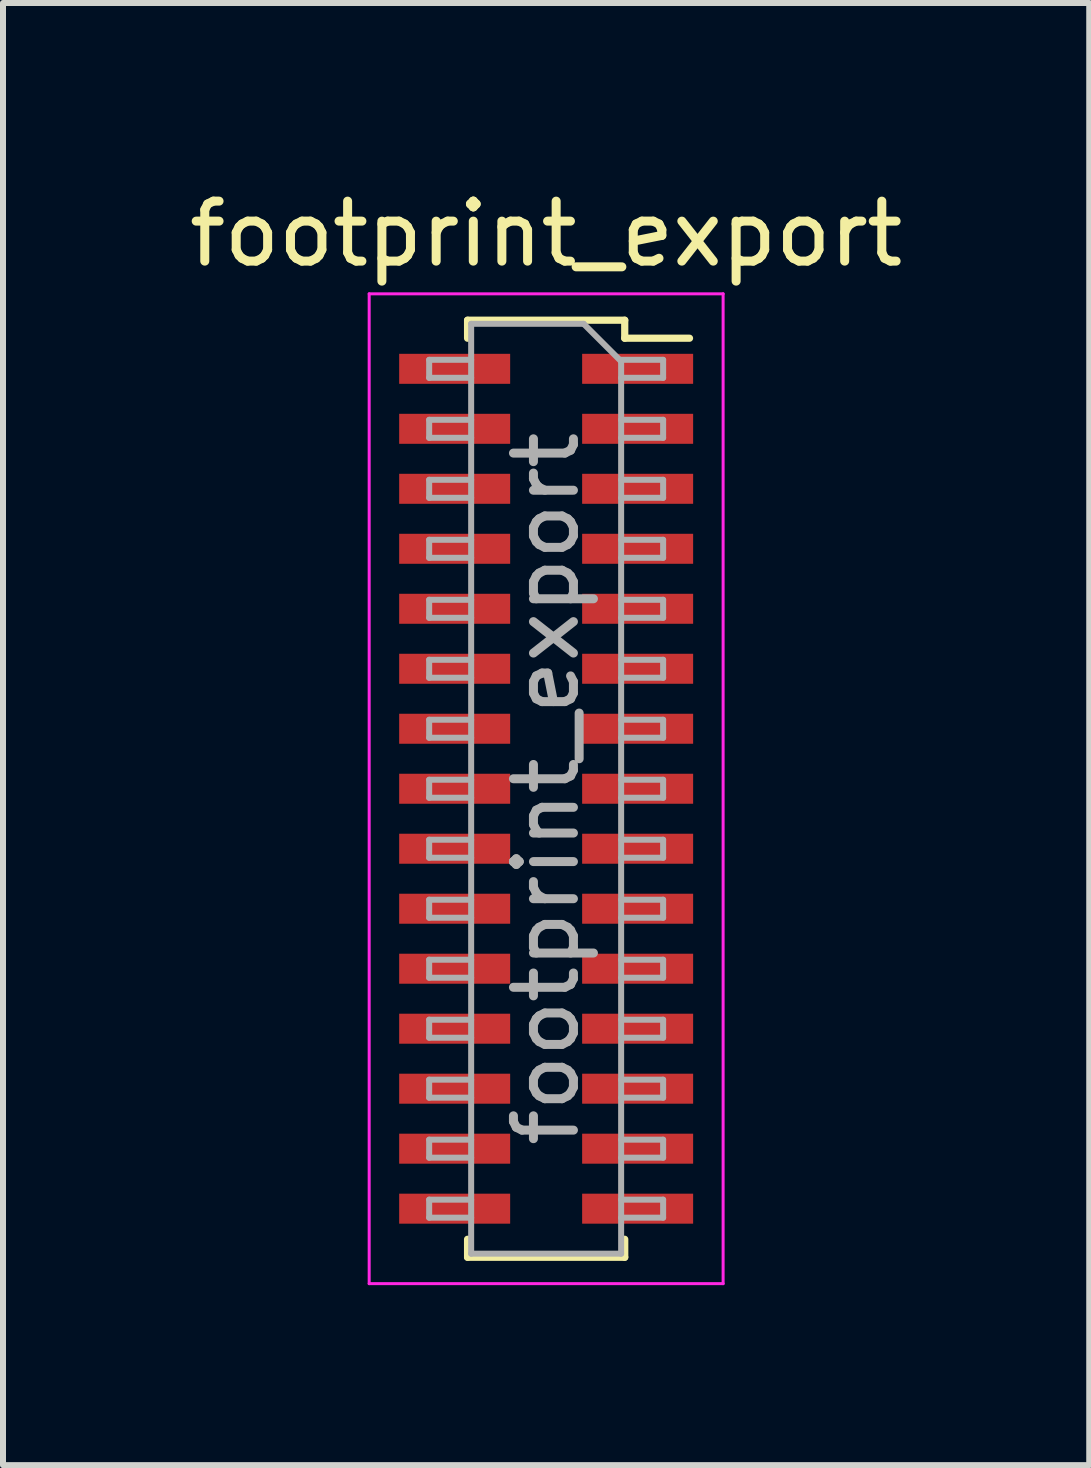
<source format=kicad_pcb>
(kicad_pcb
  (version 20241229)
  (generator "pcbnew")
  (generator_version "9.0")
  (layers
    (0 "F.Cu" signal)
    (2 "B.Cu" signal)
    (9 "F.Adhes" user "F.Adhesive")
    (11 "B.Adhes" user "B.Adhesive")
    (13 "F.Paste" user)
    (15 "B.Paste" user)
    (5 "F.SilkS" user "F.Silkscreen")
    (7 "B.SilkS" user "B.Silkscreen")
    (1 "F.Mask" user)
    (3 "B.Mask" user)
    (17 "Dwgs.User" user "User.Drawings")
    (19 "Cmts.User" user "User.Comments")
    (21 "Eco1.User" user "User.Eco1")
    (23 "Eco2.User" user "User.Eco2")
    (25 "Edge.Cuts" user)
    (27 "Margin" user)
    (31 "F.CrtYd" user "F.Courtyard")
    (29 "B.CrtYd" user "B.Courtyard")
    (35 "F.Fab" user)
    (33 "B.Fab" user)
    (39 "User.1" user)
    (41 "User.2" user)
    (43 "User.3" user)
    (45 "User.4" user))
  (footprint "footprint_export"
    (layer "F.Cu")
    (at 6.054 10.098)
    (property "Reference" "footprint_export" (at 0 -9.25 0) (layer "F.SilkS") (effects (font (size 1 1) (thickness 0.15))))
    (attr smd)
    (fp_line (start -1.31 -7.81) (end -1.31 -7.51) (stroke (width 0.12) (type solid)) (layer "F.SilkS"))
    (fp_line (start -1.31 -7.81) (end 1.31 -7.81) (stroke (width 0.12) (type solid)) (layer "F.SilkS"))
    (fp_line (start -1.31 7.51) (end -1.31 7.81) (stroke (width 0.12) (type solid)) (layer "F.SilkS"))
    (fp_line (start -1.31 7.81) (end 1.31 7.81) (stroke (width 0.12) (type solid)) (layer "F.SilkS"))
    (fp_line (start 1.31 -7.81) (end 1.31 -7.51) (stroke (width 0.12) (type solid)) (layer "F.SilkS"))
    (fp_line (start 1.31 -7.51) (end 2.39 -7.51) (stroke (width 0.12) (type solid)) (layer "F.SilkS"))
    (fp_line (start 1.31 7.51) (end 1.31 7.81) (stroke (width 0.12) (type solid)) (layer "F.SilkS"))
    (fp_line (start -2.95 -8.25) (end 2.95 -8.25) (stroke (width 0.05) (type solid)) (layer "F.CrtYd"))
    (fp_line (start -2.95 8.25) (end -2.95 -8.25) (stroke (width 0.05) (type solid)) (layer "F.CrtYd"))
    (fp_line (start 2.95 -8.25) (end 2.95 8.25) (stroke (width 0.05) (type solid)) (layer "F.CrtYd"))
    (fp_line (start 2.95 8.25) (end -2.95 8.25) (stroke (width 0.05) (type solid)) (layer "F.CrtYd"))
    (fp_line (start -1.95 -7.15) (end -1.25 -7.15) (stroke (width 0.1) (type solid)) (layer "F.Fab"))
    (fp_line (start -1.95 -6.85) (end -1.95 -7.15) (stroke (width 0.1) (type solid)) (layer "F.Fab"))
    (fp_line (start -1.95 -6.15) (end -1.25 -6.15) (stroke (width 0.1) (type solid)) (layer "F.Fab"))
    (fp_line (start -1.95 -5.85) (end -1.95 -6.15) (stroke (width 0.1) (type solid)) (layer "F.Fab"))
    (fp_line (start -1.95 -5.15) (end -1.25 -5.15) (stroke (width 0.1) (type solid)) (layer "F.Fab"))
    (fp_line (start -1.95 -4.85) (end -1.95 -5.15) (stroke (width 0.1) (type solid)) (layer "F.Fab"))
    (fp_line (start -1.95 -4.15) (end -1.25 -4.15) (stroke (width 0.1) (type solid)) (layer "F.Fab"))
    (fp_line (start -1.95 -3.85) (end -1.95 -4.15) (stroke (width 0.1) (type solid)) (layer "F.Fab"))
    (fp_line (start -1.95 -3.15) (end -1.25 -3.15) (stroke (width 0.1) (type solid)) (layer "F.Fab"))
    (fp_line (start -1.95 -2.85) (end -1.95 -3.15) (stroke (width 0.1) (type solid)) (layer "F.Fab"))
    (fp_line (start -1.95 -2.15) (end -1.25 -2.15) (stroke (width 0.1) (type solid)) (layer "F.Fab"))
    (fp_line (start -1.95 -1.85) (end -1.95 -2.15) (stroke (width 0.1) (type solid)) (layer "F.Fab"))
    (fp_line (start -1.95 -1.15) (end -1.25 -1.15) (stroke (width 0.1) (type solid)) (layer "F.Fab"))
    (fp_line (start -1.95 -0.85) (end -1.95 -1.15) (stroke (width 0.1) (type solid)) (layer "F.Fab"))
    (fp_line (start -1.95 -0.15) (end -1.25 -0.15) (stroke (width 0.1) (type solid)) (layer "F.Fab"))
    (fp_line (start -1.95 0.15) (end -1.95 -0.15) (stroke (width 0.1) (type solid)) (layer "F.Fab"))
    (fp_line (start -1.95 0.85) (end -1.25 0.85) (stroke (width 0.1) (type solid)) (layer "F.Fab"))
    (fp_line (start -1.95 1.15) (end -1.95 0.85) (stroke (width 0.1) (type solid)) (layer "F.Fab"))
    (fp_line (start -1.95 1.85) (end -1.25 1.85) (stroke (width 0.1) (type solid)) (layer "F.Fab"))
    (fp_line (start -1.95 2.15) (end -1.95 1.85) (stroke (width 0.1) (type solid)) (layer "F.Fab"))
    (fp_line (start -1.95 2.85) (end -1.25 2.85) (stroke (width 0.1) (type solid)) (layer "F.Fab"))
    (fp_line (start -1.95 3.15) (end -1.95 2.85) (stroke (width 0.1) (type solid)) (layer "F.Fab"))
    (fp_line (start -1.95 3.85) (end -1.25 3.85) (stroke (width 0.1) (type solid)) (layer "F.Fab"))
    (fp_line (start -1.95 4.15) (end -1.95 3.85) (stroke (width 0.1) (type solid)) (layer "F.Fab"))
    (fp_line (start -1.95 4.85) (end -1.25 4.85) (stroke (width 0.1) (type solid)) (layer "F.Fab"))
    (fp_line (start -1.95 5.15) (end -1.95 4.85) (stroke (width 0.1) (type solid)) (layer "F.Fab"))
    (fp_line (start -1.95 5.85) (end -1.25 5.85) (stroke (width 0.1) (type solid)) (layer "F.Fab"))
    (fp_line (start -1.95 6.15) (end -1.95 5.85) (stroke (width 0.1) (type solid)) (layer "F.Fab"))
    (fp_line (start -1.95 6.85) (end -1.25 6.85) (stroke (width 0.1) (type solid)) (layer "F.Fab"))
    (fp_line (start -1.95 7.15) (end -1.95 6.85) (stroke (width 0.1) (type solid)) (layer "F.Fab"))
    (fp_line (start -1.25 -7.75) (end 0.625 -7.75) (stroke (width 0.1) (type solid)) (layer "F.Fab"))
    (fp_line (start -1.25 -6.85) (end -1.95 -6.85) (stroke (width 0.1) (type solid)) (layer "F.Fab"))
    (fp_line (start -1.25 -5.85) (end -1.95 -5.85) (stroke (width 0.1) (type solid)) (layer "F.Fab"))
    (fp_line (start -1.25 -4.85) (end -1.95 -4.85) (stroke (width 0.1) (type solid)) (layer "F.Fab"))
    (fp_line (start -1.25 -3.85) (end -1.95 -3.85) (stroke (width 0.1) (type solid)) (layer "F.Fab"))
    (fp_line (start -1.25 -2.85) (end -1.95 -2.85) (stroke (width 0.1) (type solid)) (layer "F.Fab"))
    (fp_line (start -1.25 -1.85) (end -1.95 -1.85) (stroke (width 0.1) (type solid)) (layer "F.Fab"))
    (fp_line (start -1.25 -0.85) (end -1.95 -0.85) (stroke (width 0.1) (type solid)) (layer "F.Fab"))
    (fp_line (start -1.25 0.15) (end -1.95 0.15) (stroke (width 0.1) (type solid)) (layer "F.Fab"))
    (fp_line (start -1.25 1.15) (end -1.95 1.15) (stroke (width 0.1) (type solid)) (layer "F.Fab"))
    (fp_line (start -1.25 2.15) (end -1.95 2.15) (stroke (width 0.1) (type solid)) (layer "F.Fab"))
    (fp_line (start -1.25 3.15) (end -1.95 3.15) (stroke (width 0.1) (type solid)) (layer "F.Fab"))
    (fp_line (start -1.25 4.15) (end -1.95 4.15) (stroke (width 0.1) (type solid)) (layer "F.Fab"))
    (fp_line (start -1.25 5.15) (end -1.95 5.15) (stroke (width 0.1) (type solid)) (layer "F.Fab"))
    (fp_line (start -1.25 6.15) (end -1.95 6.15) (stroke (width 0.1) (type solid)) (layer "F.Fab"))
    (fp_line (start -1.25 7.15) (end -1.95 7.15) (stroke (width 0.1) (type solid)) (layer "F.Fab"))
    (fp_line (start -1.25 7.75) (end -1.25 -7.75) (stroke (width 0.1) (type solid)) (layer "F.Fab"))
    (fp_line (start 0.625 -7.75) (end 1.25 -7.125) (stroke (width 0.1) (type solid)) (layer "F.Fab"))
    (fp_line (start 1.25 -7.15) (end 1.95 -7.15) (stroke (width 0.1) (type solid)) (layer "F.Fab"))
    (fp_line (start 1.25 -7.125) (end 1.25 7.75) (stroke (width 0.1) (type solid)) (layer "F.Fab"))
    (fp_line (start 1.25 -6.15) (end 1.95 -6.15) (stroke (width 0.1) (type solid)) (layer "F.Fab"))
    (fp_line (start 1.25 -5.15) (end 1.95 -5.15) (stroke (width 0.1) (type solid)) (layer "F.Fab"))
    (fp_line (start 1.25 -4.15) (end 1.95 -4.15) (stroke (width 0.1) (type solid)) (layer "F.Fab"))
    (fp_line (start 1.25 -3.15) (end 1.95 -3.15) (stroke (width 0.1) (type solid)) (layer "F.Fab"))
    (fp_line (start 1.25 -2.15) (end 1.95 -2.15) (stroke (width 0.1) (type solid)) (layer "F.Fab"))
    (fp_line (start 1.25 -1.15) (end 1.95 -1.15) (stroke (width 0.1) (type solid)) (layer "F.Fab"))
    (fp_line (start 1.25 -0.15) (end 1.95 -0.15) (stroke (width 0.1) (type solid)) (layer "F.Fab"))
    (fp_line (start 1.25 0.85) (end 1.95 0.85) (stroke (width 0.1) (type solid)) (layer "F.Fab"))
    (fp_line (start 1.25 1.85) (end 1.95 1.85) (stroke (width 0.1) (type solid)) (layer "F.Fab"))
    (fp_line (start 1.25 2.85) (end 1.95 2.85) (stroke (width 0.1) (type solid)) (layer "F.Fab"))
    (fp_line (start 1.25 3.85) (end 1.95 3.85) (stroke (width 0.1) (type solid)) (layer "F.Fab"))
    (fp_line (start 1.25 4.85) (end 1.95 4.85) (stroke (width 0.1) (type solid)) (layer "F.Fab"))
    (fp_line (start 1.25 5.85) (end 1.95 5.85) (stroke (width 0.1) (type solid)) (layer "F.Fab"))
    (fp_line (start 1.25 6.85) (end 1.95 6.85) (stroke (width 0.1) (type solid)) (layer "F.Fab"))
    (fp_line (start 1.25 7.75) (end -1.25 7.75) (stroke (width 0.1) (type solid)) (layer "F.Fab"))
    (fp_line (start 1.95 -7.15) (end 1.95 -6.85) (stroke (width 0.1) (type solid)) (layer "F.Fab"))
    (fp_line (start 1.95 -6.85) (end 1.25 -6.85) (stroke (width 0.1) (type solid)) (layer "F.Fab"))
    (fp_line (start 1.95 -6.15) (end 1.95 -5.85) (stroke (width 0.1) (type solid)) (layer "F.Fab"))
    (fp_line (start 1.95 -5.85) (end 1.25 -5.85) (stroke (width 0.1) (type solid)) (layer "F.Fab"))
    (fp_line (start 1.95 -5.15) (end 1.95 -4.85) (stroke (width 0.1) (type solid)) (layer "F.Fab"))
    (fp_line (start 1.95 -4.85) (end 1.25 -4.85) (stroke (width 0.1) (type solid)) (layer "F.Fab"))
    (fp_line (start 1.95 -4.15) (end 1.95 -3.85) (stroke (width 0.1) (type solid)) (layer "F.Fab"))
    (fp_line (start 1.95 -3.85) (end 1.25 -3.85) (stroke (width 0.1) (type solid)) (layer "F.Fab"))
    (fp_line (start 1.95 -3.15) (end 1.95 -2.85) (stroke (width 0.1) (type solid)) (layer "F.Fab"))
    (fp_line (start 1.95 -2.85) (end 1.25 -2.85) (stroke (width 0.1) (type solid)) (layer "F.Fab"))
    (fp_line (start 1.95 -2.15) (end 1.95 -1.85) (stroke (width 0.1) (type solid)) (layer "F.Fab"))
    (fp_line (start 1.95 -1.85) (end 1.25 -1.85) (stroke (width 0.1) (type solid)) (layer "F.Fab"))
    (fp_line (start 1.95 -1.15) (end 1.95 -0.85) (stroke (width 0.1) (type solid)) (layer "F.Fab"))
    (fp_line (start 1.95 -0.85) (end 1.25 -0.85) (stroke (width 0.1) (type solid)) (layer "F.Fab"))
    (fp_line (start 1.95 -0.15) (end 1.95 0.15) (stroke (width 0.1) (type solid)) (layer "F.Fab"))
    (fp_line (start 1.95 0.15) (end 1.25 0.15) (stroke (width 0.1) (type solid)) (layer "F.Fab"))
    (fp_line (start 1.95 0.85) (end 1.95 1.15) (stroke (width 0.1) (type solid)) (layer "F.Fab"))
    (fp_line (start 1.95 1.15) (end 1.25 1.15) (stroke (width 0.1) (type solid)) (layer "F.Fab"))
    (fp_line (start 1.95 1.85) (end 1.95 2.15) (stroke (width 0.1) (type solid)) (layer "F.Fab"))
    (fp_line (start 1.95 2.15) (end 1.25 2.15) (stroke (width 0.1) (type solid)) (layer "F.Fab"))
    (fp_line (start 1.95 2.85) (end 1.95 3.15) (stroke (width 0.1) (type solid)) (layer "F.Fab"))
    (fp_line (start 1.95 3.15) (end 1.25 3.15) (stroke (width 0.1) (type solid)) (layer "F.Fab"))
    (fp_line (start 1.95 3.85) (end 1.95 4.15) (stroke (width 0.1) (type solid)) (layer "F.Fab"))
    (fp_line (start 1.95 4.15) (end 1.25 4.15) (stroke (width 0.1) (type solid)) (layer "F.Fab"))
    (fp_line (start 1.95 4.85) (end 1.95 5.15) (stroke (width 0.1) (type solid)) (layer "F.Fab"))
    (fp_line (start 1.95 5.15) (end 1.25 5.15) (stroke (width 0.1) (type solid)) (layer "F.Fab"))
    (fp_line (start 1.95 5.85) (end 1.95 6.15) (stroke (width 0.1) (type solid)) (layer "F.Fab"))
    (fp_line (start 1.95 6.15) (end 1.25 6.15) (stroke (width 0.1) (type solid)) (layer "F.Fab"))
    (fp_line (start 1.95 6.85) (end 1.95 7.15) (stroke (width 0.1) (type solid)) (layer "F.Fab"))
    (fp_line (start 1.95 7.15) (end 1.25 7.15) (stroke (width 0.1) (type solid)) (layer "F.Fab"))
    (fp_text user "${REFERENCE}" (at 0 0 90) (layer "F.Fab") (effects (font (size 1 1) (thickness 0.15))))
    (pad "1" smd rect (at 1.525 -7) (size 1.85 0.5) (layers "F.Cu" "F.Mask" "F.Paste"))
    (pad "2" smd rect (at -1.525 -7) (size 1.85 0.5) (layers "F.Cu" "F.Mask" "F.Paste"))
    (pad "3" smd rect (at 1.525 -6) (size 1.85 0.5) (layers "F.Cu" "F.Mask" "F.Paste"))
    (pad "4" smd rect (at -1.525 -6) (size 1.85 0.5) (layers "F.Cu" "F.Mask" "F.Paste"))
    (pad "5" smd rect (at 1.525 -5) (size 1.85 0.5) (layers "F.Cu" "F.Mask" "F.Paste"))
    (pad "6" smd rect (at -1.525 -5) (size 1.85 0.5) (layers "F.Cu" "F.Mask" "F.Paste"))
    (pad "7" smd rect (at 1.525 -4) (size 1.85 0.5) (layers "F.Cu" "F.Mask" "F.Paste"))
    (pad "8" smd rect (at -1.525 -4) (size 1.85 0.5) (layers "F.Cu" "F.Mask" "F.Paste"))
    (pad "9" smd rect (at 1.525 -3) (size 1.85 0.5) (layers "F.Cu" "F.Mask" "F.Paste"))
    (pad "10" smd rect (at -1.525 -3) (size 1.85 0.5) (layers "F.Cu" "F.Mask" "F.Paste"))
    (pad "11" smd rect (at 1.525 -2) (size 1.85 0.5) (layers "F.Cu" "F.Mask" "F.Paste"))
    (pad "12" smd rect (at -1.525 -2) (size 1.85 0.5) (layers "F.Cu" "F.Mask" "F.Paste"))
    (pad "13" smd rect (at 1.525 -1) (size 1.85 0.5) (layers "F.Cu" "F.Mask" "F.Paste"))
    (pad "14" smd rect (at -1.525 -1) (size 1.85 0.5) (layers "F.Cu" "F.Mask" "F.Paste"))
    (pad "15" smd rect (at 1.525 0) (size 1.85 0.5) (layers "F.Cu" "F.Mask" "F.Paste"))
    (pad "16" smd rect (at -1.525 0) (size 1.85 0.5) (layers "F.Cu" "F.Mask" "F.Paste"))
    (pad "17" smd rect (at 1.525 1) (size 1.85 0.5) (layers "F.Cu" "F.Mask" "F.Paste"))
    (pad "18" smd rect (at -1.525 1) (size 1.85 0.5) (layers "F.Cu" "F.Mask" "F.Paste"))
    (pad "19" smd rect (at 1.525 2) (size 1.85 0.5) (layers "F.Cu" "F.Mask" "F.Paste"))
    (pad "20" smd rect (at -1.525 2) (size 1.85 0.5) (layers "F.Cu" "F.Mask" "F.Paste"))
    (pad "21" smd rect (at 1.525 3) (size 1.85 0.5) (layers "F.Cu" "F.Mask" "F.Paste"))
    (pad "22" smd rect (at -1.525 3) (size 1.85 0.5) (layers "F.Cu" "F.Mask" "F.Paste"))
    (pad "23" smd rect (at 1.525 4) (size 1.85 0.5) (layers "F.Cu" "F.Mask" "F.Paste"))
    (pad "24" smd rect (at -1.525 4) (size 1.85 0.5) (layers "F.Cu" "F.Mask" "F.Paste"))
    (pad "25" smd rect (at 1.525 5) (size 1.85 0.5) (layers "F.Cu" "F.Mask" "F.Paste"))
    (pad "26" smd rect (at -1.525 5) (size 1.85 0.5) (layers "F.Cu" "F.Mask" "F.Paste"))
    (pad "27" smd rect (at 1.525 6) (size 1.85 0.5) (layers "F.Cu" "F.Mask" "F.Paste"))
    (pad "28" smd rect (at -1.525 6) (size 1.85 0.5) (layers "F.Cu" "F.Mask" "F.Paste"))
    (pad "29" smd rect (at 1.525 7) (size 1.85 0.5) (layers "F.Cu" "F.Mask" "F.Paste"))
    (pad "30" smd rect (at -1.525 7) (size 1.85 0.5) (layers "F.Cu" "F.Mask" "F.Paste")))
  (gr_rect
    (start -3 -3)
    (end 15.107 21.373)
    (stroke (width 0.1) (type default))
    (fill no)
    (layer "Edge.Cuts")))
</source>
